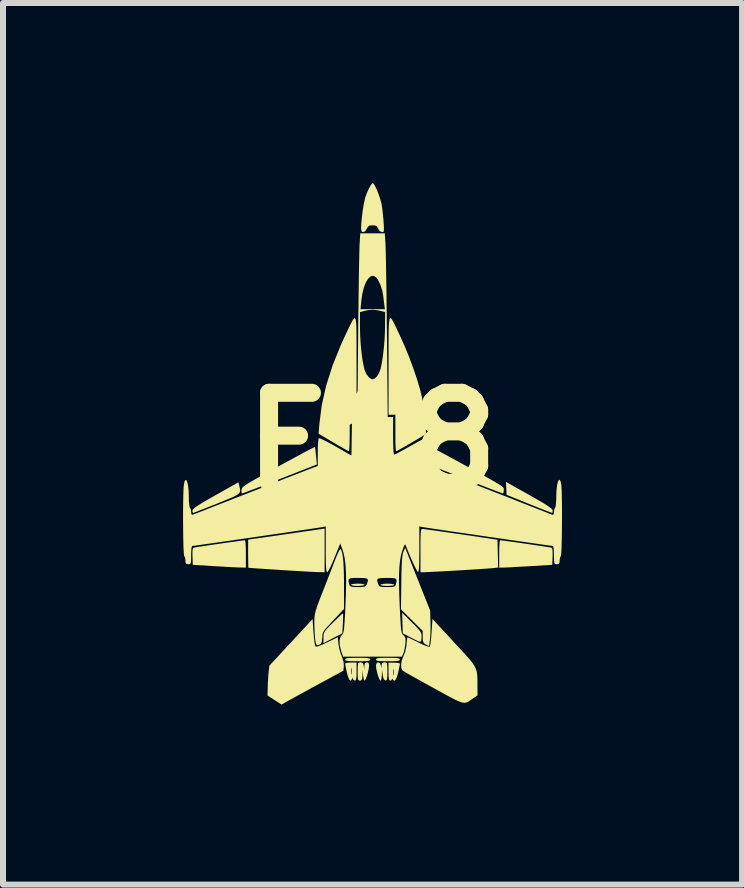
<source format=kicad_pcb>
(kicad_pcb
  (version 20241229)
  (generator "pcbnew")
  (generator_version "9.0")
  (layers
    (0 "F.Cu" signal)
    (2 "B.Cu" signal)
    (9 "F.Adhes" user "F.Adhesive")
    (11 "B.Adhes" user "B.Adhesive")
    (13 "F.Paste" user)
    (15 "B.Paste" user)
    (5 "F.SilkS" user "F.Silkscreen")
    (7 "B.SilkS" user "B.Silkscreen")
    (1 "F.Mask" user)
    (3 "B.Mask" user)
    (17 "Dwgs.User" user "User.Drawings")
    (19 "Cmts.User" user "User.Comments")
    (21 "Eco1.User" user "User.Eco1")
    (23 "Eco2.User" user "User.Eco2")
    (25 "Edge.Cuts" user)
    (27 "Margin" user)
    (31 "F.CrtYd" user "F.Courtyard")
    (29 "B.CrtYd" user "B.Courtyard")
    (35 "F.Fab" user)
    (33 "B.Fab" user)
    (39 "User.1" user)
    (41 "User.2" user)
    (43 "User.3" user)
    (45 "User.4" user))
  (footprint "F18"
    (layer "F.Cu")
    (at 3.147 4.316)
    (property "Reference" "F18" (at 0 0 0) (layer "F.SilkS") (effects (font (size 1.5 1.5) (thickness 0.3))))
    (attr board_only exclude_from_pos_files exclude_from_bom)
    (fp_poly (pts (xy -0.177 2.36) (xy -0.136 2.368) (xy -0.124 2.376) (xy -0.141 2.387) (xy -0.186 2.393) (xy -0.238 2.396) (xy -0.298 2.393) (xy -0.34 2.385) (xy -0.352 2.376) (xy -0.334 2.366) (xy -0.289 2.36) (xy -0.238 2.357)) (stroke (width 0) (type solid)) (fill yes) (layer "F.SilkS"))
    (fp_poly (pts (xy 0.317 2.36) (xy 0.359 2.368) (xy 0.371 2.376) (xy 0.353 2.387) (xy 0.308 2.393) (xy 0.257 2.396) (xy 0.196 2.393) (xy 0.155 2.385) (xy 0.143 2.376) (xy 0.16 2.366) (xy 0.205 2.36) (xy 0.257 2.357)) (stroke (width 0) (type solid)) (fill yes) (layer "F.SilkS"))
    (fp_poly (pts (xy 0.665 3.003) (xy 0.734 3.073) (xy 0.78 3.122) (xy 0.807 3.159) (xy 0.822 3.191) (xy 0.827 3.223) (xy 0.827 3.246) (xy 0.822 3.303) (xy 0.807 3.326) (xy 0.803 3.326) (xy 0.776 3.318) (xy 0.725 3.295) (xy 0.661 3.263) (xy 0.646 3.255) (xy 0.513 3.185) (xy 0.508 3.013) (xy 0.502 2.842)) (stroke (width 0) (type solid)) (fill yes) (layer "F.SilkS"))
    (fp_poly (pts (xy -0.481 2.869) (xy -0.481 2.916) (xy -0.483 2.984) (xy -0.485 3.018) (xy -0.494 3.185) (xy -0.651 3.266) (xy -0.808 3.348) (xy -0.808 3.256) (xy -0.807 3.216) (xy -0.801 3.184) (xy -0.784 3.152) (xy -0.754 3.114) (xy -0.704 3.061) (xy -0.651 3.008) (xy -0.588 2.947) (xy -0.536 2.897) (xy -0.499 2.863) (xy -0.484 2.852)) (stroke (width 0) (type solid)) (fill yes) (layer "F.SilkS"))
    (fp_poly (pts (xy -0.144 3.594) (xy -0.082 3.597) (xy -0.047 3.603) (xy -0.031 3.613) (xy -0.029 3.622) (xy -0.034 3.635) (xy -0.056 3.643) (xy -0.1 3.648) (xy -0.172 3.65) (xy -0.238 3.65) (xy -0.331 3.649) (xy -0.393 3.646) (xy -0.429 3.641) (xy -0.444 3.631) (xy -0.447 3.622) (xy -0.441 3.609) (xy -0.419 3.601) (xy -0.375 3.596) (xy -0.303 3.594) (xy -0.238 3.593)) (stroke (width 0) (type solid)) (fill yes) (layer "F.SilkS"))
    (fp_poly (pts (xy 0.357 3.594) (xy 0.417 3.597) (xy 0.45 3.604) (xy 0.464 3.614) (xy 0.466 3.622) (xy 0.46 3.635) (xy 0.437 3.643) (xy 0.392 3.648) (xy 0.319 3.65) (xy 0.266 3.65) (xy 0.175 3.649) (xy 0.116 3.646) (xy 0.082 3.64) (xy 0.068 3.629) (xy 0.067 3.622) (xy 0.073 3.609) (xy 0.095 3.6) (xy 0.14 3.595) (xy 0.214 3.593) (xy 0.266 3.593)) (stroke (width 0) (type solid)) (fill yes) (layer "F.SilkS"))
    (fp_poly (pts (xy 2.361 0.735) (xy 2.527 0.828) (xy 2.662 0.904) (xy 2.77 0.966) (xy 2.854 1.015) (xy 2.916 1.054) (xy 2.96 1.084) (xy 2.988 1.106) (xy 3.004 1.123) (xy 3.01 1.137) (xy 3.01 1.138) (xy 3.009 1.17) (xy 3 1.178) (xy 2.979 1.171) (xy 2.928 1.152) (xy 2.852 1.123) (xy 2.757 1.086) (xy 2.649 1.042) (xy 2.614 1.028) (xy 2.243 0.878) (xy 2.238 0.77) (xy 2.232 0.662)) (stroke (width 0) (type solid)) (fill yes) (layer "F.SilkS"))
    (fp_poly (pts (xy -2.212 0.719) (xy -2.202 0.765) (xy -2.196 0.801) (xy -2.199 0.83) (xy -2.216 0.855) (xy -2.249 0.881) (xy -2.304 0.909) (xy -2.383 0.943) (xy -2.49 0.987) (xy -2.581 1.024) (xy -2.694 1.069) (xy -2.796 1.109) (xy -2.88 1.142) (xy -2.942 1.166) (xy -2.977 1.178) (xy -2.981 1.179) (xy -2.991 1.163) (xy -2.991 1.138) (xy -2.981 1.119) (xy -2.953 1.094) (xy -2.904 1.059) (xy -2.832 1.014) (xy -2.731 0.955) (xy -2.605 0.883) (xy -2.224 0.669)) (stroke (width 0) (type solid)) (fill yes) (layer "F.SilkS"))
    (fp_poly (pts (xy 0.761 2.283) (xy 0.969 2.804) (xy 0.975 2.994) (xy 0.976 3.091) (xy 0.974 3.186) (xy 0.969 3.266) (xy 0.966 3.292) (xy 0.951 3.4) (xy 0.898 3.372) (xy 0.867 3.352) (xy 0.852 3.324) (xy 0.846 3.278) (xy 0.846 3.245) (xy 0.846 3.146) (xy 0.664 2.965) (xy 0.483 2.785) (xy 0.489 2.338) (xy 0.491 2.186) (xy 0.495 2.067) (xy 0.499 1.977) (xy 0.505 1.911) (xy 0.512 1.864) (xy 0.522 1.831) (xy 0.524 1.826) (xy 0.553 1.761)) (stroke (width 0) (type solid)) (fill yes) (layer "F.SilkS"))
    (fp_poly (pts (xy -2.11 1.653) (xy -2.105 1.701) (xy -2.102 1.773) (xy -2.101 1.861) (xy -2.101 1.863) (xy -2.101 2.091) (xy -2.21 2.088) (xy -2.266 2.086) (xy -2.351 2.082) (xy -2.456 2.076) (xy -2.571 2.069) (xy -2.652 2.065) (xy -2.985 2.044) (xy -2.99 1.906) (xy -2.991 1.826) (xy -2.986 1.779) (xy -2.973 1.759) (xy -2.971 1.759) (xy -2.948 1.754) (xy -2.893 1.745) (xy -2.814 1.733) (xy -2.718 1.719) (xy -2.61 1.703) (xy -2.499 1.687) (xy -2.391 1.671) (xy -2.291 1.658) (xy -2.208 1.646) (xy -2.148 1.638) (xy -2.117 1.635) (xy -2.115 1.635)) (stroke (width 0) (type solid)) (fill yes) (layer "F.SilkS"))
    (fp_poly (pts (xy 2.161 1.638) (xy 2.218 1.645) (xy 2.299 1.656) (xy 2.397 1.669) (xy 2.505 1.685) (xy 2.616 1.701) (xy 2.724 1.717) (xy 2.822 1.731) (xy 2.904 1.744) (xy 2.962 1.753) (xy 2.989 1.758) (xy 2.99 1.758) (xy 3.004 1.777) (xy 3.01 1.822) (xy 3.01 1.899) (xy 3.009 1.906) (xy 3.004 2.044) (xy 2.643 2.066) (xy 2.523 2.073) (xy 2.412 2.079) (xy 2.315 2.085) (xy 2.242 2.088) (xy 2.201 2.09) (xy 2.12 2.091) (xy 2.12 1.863) (xy 2.121 1.775) (xy 2.124 1.703) (xy 2.128 1.654) (xy 2.134 1.635) (xy 2.134 1.635)) (stroke (width 0) (type solid)) (fill yes) (layer "F.SilkS"))
    (fp_poly (pts (xy -0.789 1.804) (xy -0.789 2.167) (xy -0.908 2.165) (xy -0.959 2.163) (xy -1.042 2.159) (xy -1.149 2.153) (xy -1.275 2.145) (xy -1.413 2.137) (xy -1.54 2.129) (xy -1.675 2.12) (xy -1.798 2.112) (xy -1.902 2.105) (xy -1.984 2.099) (xy -2.037 2.095) (xy -2.058 2.093) (xy -2.058 2.093) (xy -2.06 2.075) (xy -2.061 2.025) (xy -2.062 1.953) (xy -2.063 1.864) (xy -2.063 1.858) (xy -2.063 1.624) (xy -1.488 1.542) (xy -1.341 1.521) (xy -1.204 1.501) (xy -1.083 1.483) (xy -0.981 1.469) (xy -0.904 1.457) (xy -0.859 1.451) (xy -0.851 1.449) (xy -0.789 1.44)) (stroke (width 0) (type solid)) (fill yes) (layer "F.SilkS"))
    (fp_poly (pts (xy 0.233 3.671) (xy 0.247 3.681) (xy 0.254 3.707) (xy 0.256 3.757) (xy 0.257 3.823) (xy 0.256 3.899) (xy 0.252 3.944) (xy 0.244 3.966) (xy 0.23 3.971) (xy 0.223 3.97) (xy 0.198 3.951) (xy 0.182 3.902) (xy 0.179 3.878) (xy 0.167 3.793) (xy 0.164 3.883) (xy 0.159 3.936) (xy 0.15 3.968) (xy 0.143 3.974) (xy 0.128 3.957) (xy 0.109 3.914) (xy 0.096 3.875) (xy 0.072 3.777) (xy 0.067 3.711) (xy 0.083 3.676) (xy 0.103 3.669) (xy 0.135 3.684) (xy 0.148 3.722) (xy 0.156 3.774) (xy 0.159 3.722) (xy 0.168 3.683) (xy 0.196 3.67) (xy 0.209 3.669)) (stroke (width 0) (type solid)) (fill yes) (layer "F.SilkS"))
    (fp_poly (pts (xy 0.425 3.677) (xy 0.459 3.685) (xy 0.466 3.692) (xy 0.462 3.718) (xy 0.451 3.77) (xy 0.437 3.837) (xy 0.436 3.841) (xy 0.414 3.918) (xy 0.39 3.964) (xy 0.368 3.977) (xy 0.347 3.954) (xy 0.345 3.95) (xy 0.337 3.936) (xy 0.334 3.95) (xy 0.317 3.971) (xy 0.304 3.974) (xy 0.289 3.966) (xy 0.281 3.94) (xy 0.277 3.888) (xy 0.276 3.831) (xy 0.357 3.831) (xy 0.358 3.876) (xy 0.362 3.892) (xy 0.365 3.883) (xy 0.369 3.831) (xy 0.365 3.788) (xy 0.361 3.775) (xy 0.358 3.796) (xy 0.357 3.831) (xy 0.276 3.831) (xy 0.276 3.824) (xy 0.276 3.674) (xy 0.371 3.674)) (stroke (width 0) (type solid)) (fill yes) (layer "F.SilkS"))
    (fp_poly (pts (xy 0.868 1.449) (xy 0.927 1.457) (xy 1.014 1.469) (xy 1.125 1.485) (xy 1.254 1.503) (xy 1.397 1.524) (xy 1.483 1.536) (xy 2.091 1.626) (xy 2.097 1.857) (xy 2.102 2.089) (xy 2.021 2.099) (xy 1.983 2.102) (xy 1.913 2.107) (xy 1.818 2.114) (xy 1.704 2.121) (xy 1.577 2.129) (xy 1.443 2.137) (xy 1.309 2.145) (xy 1.181 2.152) (xy 1.065 2.158) (xy 0.968 2.163) (xy 0.895 2.166) (xy 0.853 2.168) (xy 0.851 2.168) (xy 0.808 2.167) (xy 0.808 1.806) (xy 0.808 1.68) (xy 0.809 1.587) (xy 0.812 1.523) (xy 0.816 1.481) (xy 0.822 1.458) (xy 0.831 1.448) (xy 0.841 1.446)) (stroke (width 0) (type solid)) (fill yes) (layer "F.SilkS"))
    (fp_poly (pts (xy -0.951 0.08) (xy -0.946 0.1) (xy -0.94 0.149) (xy -0.933 0.216) (xy -0.932 0.229) (xy -0.918 0.372) (xy -1.535 0.614) (xy -1.679 0.67) (xy -1.813 0.722) (xy -1.93 0.768) (xy -2.029 0.805) (xy -2.103 0.834) (xy -2.15 0.851) (xy -2.165 0.856) (xy -2.173 0.839) (xy -2.174 0.799) (xy -2.173 0.797) (xy -2.17 0.781) (xy -2.163 0.765) (xy -2.148 0.747) (xy -2.122 0.726) (xy -2.081 0.698) (xy -2.023 0.663) (xy -1.945 0.618) (xy -1.843 0.56) (xy -1.713 0.489) (xy -1.562 0.406) (xy -1.423 0.33) (xy -1.295 0.261) (xy -1.182 0.2) (xy -1.088 0.149) (xy -1.015 0.111) (xy -0.968 0.087) (xy -0.951 0.08)) (stroke (width 0) (type solid)) (fill yes) (layer "F.SilkS"))
    (fp_poly (pts (xy -0.277 -2.058) (xy -0.268 -2.024) (xy -0.262 -1.962) (xy -0.259 -1.872) (xy -0.258 -1.751) (xy -0.257 -1.596) (xy -0.257 -1.407) (xy -0.257 -1.288) (xy -0.257 -0.456) (xy -0.314 -0.456) (xy -0.371 -0.456) (xy -0.371 -0.152) (xy -0.372 -0.049) (xy -0.374 0.038) (xy -0.377 0.105) (xy -0.382 0.144) (xy -0.385 0.151) (xy -0.406 0.142) (xy -0.453 0.116) (xy -0.52 0.078) (xy -0.602 0.03) (xy -0.644 0.005) (xy -0.889 -0.14) (xy -0.876 -0.303) (xy -0.836 -0.618) (xy -0.763 -0.942) (xy -0.656 -1.277) (xy -0.516 -1.625) (xy -0.431 -1.808) (xy -0.39 -1.894) (xy -0.356 -1.965) (xy -0.328 -2.019) (xy -0.306 -2.054) (xy -0.289 -2.067)) (stroke (width 0) (type solid)) (fill yes) (layer "F.SilkS"))
    (fp_poly (pts (xy -0.257 3.673) (xy -0.257 3.823) (xy -0.258 3.902) (xy -0.263 3.948) (xy -0.274 3.97) (xy -0.284 3.974) (xy -0.311 3.958) (xy -0.32 3.94) (xy -0.327 3.917) (xy -0.33 3.93) (xy -0.331 3.94) (xy -0.345 3.968) (xy -0.36 3.974) (xy -0.38 3.955) (xy -0.402 3.898) (xy -0.417 3.841) (xy -0.423 3.812) (xy -0.346 3.812) (xy -0.345 3.857) (xy -0.342 3.873) (xy -0.338 3.864) (xy -0.335 3.812) (xy -0.338 3.769) (xy -0.342 3.756) (xy -0.345 3.777) (xy -0.346 3.812) (xy -0.423 3.812) (xy -0.432 3.773) (xy -0.442 3.72) (xy -0.447 3.691) (xy -0.447 3.69) (xy -0.43 3.68) (xy -0.386 3.673) (xy -0.352 3.672)) (stroke (width 0) (type solid)) (fill yes) (layer "F.SilkS"))
    (fp_poly (pts (xy -0.984 3.028) (xy -0.976 3.155) (xy -0.966 3.261) (xy -0.957 3.341) (xy -0.947 3.389) (xy -0.943 3.4) (xy -0.926 3.407) (xy -0.89 3.399) (xy -0.829 3.374) (xy -0.749 3.337) (xy -0.57 3.25) (xy -0.559 3.361) (xy -0.545 3.442) (xy -0.521 3.524) (xy -0.506 3.561) (xy -0.472 3.666) (xy -0.469 3.728) (xy -0.475 3.807) (xy -0.865 4.019) (xy -0.985 4.084) (xy -1.101 4.148) (xy -1.207 4.206) (xy -1.297 4.255) (xy -1.362 4.291) (xy -1.381 4.301) (xy -1.507 4.372) (xy -1.623 4.297) (xy -1.74 4.221) (xy -1.737 4.093) (xy -1.734 4.002) (xy -1.728 3.904) (xy -1.723 3.846) (xy -1.711 3.727) (xy -1.35 3.337) (xy -0.989 2.947)) (stroke (width 0) (type solid)) (fill yes) (layer "F.SilkS"))
    (fp_poly (pts (xy -0.057 3.679) (xy -0.048 3.714) (xy -0.048 3.723) (xy -0.053 3.772) (xy -0.066 3.833) (xy -0.083 3.894) (xy -0.102 3.944) (xy -0.119 3.971) (xy -0.123 3.974) (xy -0.135 3.956) (xy -0.144 3.913) (xy -0.148 3.883) (xy -0.155 3.793) (xy -0.158 3.883) (xy -0.163 3.939) (xy -0.174 3.966) (xy -0.195 3.973) (xy -0.2 3.974) (xy -0.219 3.97) (xy -0.23 3.956) (xy -0.236 3.922) (xy -0.238 3.862) (xy -0.238 3.821) (xy -0.237 3.746) (xy -0.234 3.701) (xy -0.226 3.678) (xy -0.21 3.67) (xy -0.191 3.669) (xy -0.158 3.676) (xy -0.142 3.705) (xy -0.137 3.731) (xy -0.13 3.793) (xy -0.127 3.731) (xy -0.119 3.687) (xy -0.098 3.67) (xy -0.086 3.669)) (stroke (width 0) (type solid)) (fill yes) (layer "F.SilkS"))
    (fp_poly (pts (xy 0.991 0.085) (xy 1.039 0.11) (xy 1.111 0.148) (xy 1.202 0.197) (xy 1.309 0.255) (xy 1.404 0.307) (xy 1.587 0.407) (xy 1.74 0.491) (xy 1.865 0.56) (xy 1.965 0.615) (xy 2.042 0.659) (xy 2.1 0.693) (xy 2.142 0.719) (xy 2.169 0.739) (xy 2.186 0.754) (xy 2.194 0.766) (xy 2.197 0.777) (xy 2.196 0.789) (xy 2.196 0.8) (xy 2.192 0.839) (xy 2.182 0.855) (xy 2.161 0.848) (xy 2.109 0.829) (xy 2.032 0.8) (xy 1.933 0.762) (xy 1.818 0.717) (xy 1.691 0.667) (xy 1.683 0.663) (xy 1.548 0.611) (xy 1.42 0.56) (xy 1.302 0.514) (xy 1.203 0.475) (xy 1.127 0.446) (xy 1.084 0.429) (xy 0.97 0.386) (xy 0.964 0.231) (xy 0.963 0.16) (xy 0.965 0.106) (xy 0.969 0.078) (xy 0.971 0.076)) (stroke (width 0) (type solid)) (fill yes) (layer "F.SilkS"))
    (fp_poly (pts (xy 0.032 -4.299) (xy 0.058 -4.255) (xy 0.087 -4.191) (xy 0.115 -4.118) (xy 0.14 -4.043) (xy 0.158 -3.975) (xy 0.16 -3.966) (xy 0.171 -3.894) (xy 0.182 -3.802) (xy 0.191 -3.704) (xy 0.193 -3.677) (xy 0.198 -3.594) (xy 0.199 -3.541) (xy 0.196 -3.513) (xy 0.186 -3.501) (xy 0.168 -3.498) (xy 0.167 -3.498) (xy 0.128 -3.516) (xy 0.105 -3.555) (xy 0.083 -3.594) (xy 0.051 -3.61) (xy 0.01 -3.612) (xy -0.041 -3.608) (xy -0.069 -3.587) (xy -0.086 -3.555) (xy -0.114 -3.512) (xy -0.145 -3.498) (xy -0.169 -3.506) (xy -0.179 -3.536) (xy -0.181 -3.569) (xy -0.177 -3.653) (xy -0.167 -3.756) (xy -0.153 -3.865) (xy -0.136 -3.968) (xy -0.118 -4.051) (xy -0.111 -4.078) (xy -0.084 -4.152) (xy -0.053 -4.221) (xy -0.022 -4.277) (xy 0.003 -4.31) (xy 0.014 -4.316)) (stroke (width 0) (type solid)) (fill yes) (layer "F.SilkS"))
    (fp_poly (pts (xy -0.523 1.781) (xy -0.503 1.819) (xy -0.488 1.888) (xy -0.477 1.988) (xy -0.47 2.121) (xy -0.466 2.289) (xy -0.466 2.377) (xy -0.466 2.779) (xy -0.646 2.971) (xy -0.718 3.048) (xy -0.768 3.103) (xy -0.8 3.144) (xy -0.817 3.177) (xy -0.825 3.208) (xy -0.827 3.242) (xy -0.827 3.25) (xy -0.835 3.327) (xy -0.861 3.37) (xy -0.904 3.384) (xy -0.923 3.376) (xy -0.936 3.345) (xy -0.946 3.285) (xy -0.948 3.267) (xy -0.954 3.187) (xy -0.958 3.09) (xy -0.96 2.999) (xy -0.959 2.948) (xy -0.956 2.902) (xy -0.949 2.857) (xy -0.936 2.805) (xy -0.915 2.74) (xy -0.885 2.657) (xy -0.843 2.549) (xy -0.806 2.455) (xy -0.757 2.33) (xy -0.709 2.206) (xy -0.664 2.092) (xy -0.627 1.996) (xy -0.6 1.926) (xy -0.595 1.914) (xy -0.567 1.848) (xy -0.543 1.802) (xy -0.527 1.78)) (stroke (width 0) (type solid)) (fill yes) (layer "F.SilkS"))
    (fp_poly (pts (xy 0.317 -2.063) (xy 0.337 -2.038) (xy 0.362 -1.992) (xy 0.394 -1.928) (xy 0.432 -1.846) (xy 0.457 -1.794) (xy 0.537 -1.618) (xy 0.616 -1.426) (xy 0.689 -1.23) (xy 0.753 -1.04) (xy 0.804 -0.868) (xy 0.818 -0.812) (xy 0.837 -0.722) (xy 0.855 -0.62) (xy 0.871 -0.512) (xy 0.884 -0.406) (xy 0.894 -0.308) (xy 0.899 -0.225) (xy 0.899 -0.165) (xy 0.893 -0.135) (xy 0.892 -0.134) (xy 0.87 -0.119) (xy 0.823 -0.089) (xy 0.758 -0.05) (xy 0.683 -0.006) (xy 0.604 0.04) (xy 0.53 0.083) (xy 0.466 0.118) (xy 0.421 0.143) (xy 0.401 0.152) (xy 0.397 0.134) (xy 0.394 0.085) (xy 0.391 0.01) (xy 0.39 -0.084) (xy 0.39 -0.152) (xy 0.39 -0.456) (xy 0.333 -0.456) (xy 0.276 -0.456) (xy 0.277 -1.288) (xy 0.277 -1.498) (xy 0.277 -1.671) (xy 0.278 -1.811) (xy 0.28 -1.918) (xy 0.285 -1.995) (xy 0.292 -2.043) (xy 0.302 -2.065)) (stroke (width 0) (type solid)) (fill yes) (layer "F.SilkS"))
    (fp_poly (pts (xy 1.369 3.336) (xy 1.478 3.454) (xy 1.564 3.548) (xy 1.631 3.624) (xy 1.68 3.686) (xy 1.714 3.74) (xy 1.736 3.79) (xy 1.749 3.842) (xy 1.755 3.9) (xy 1.757 3.969) (xy 1.757 4.053) (xy 1.759 4.219) (xy 1.678 4.274) (xy 1.637 4.302) (xy 1.604 4.324) (xy 1.573 4.338) (xy 1.541 4.343) (xy 1.502 4.338) (xy 1.453 4.322) (xy 1.39 4.293) (xy 1.307 4.25) (xy 1.2 4.192) (xy 1.065 4.118) (xy 1.027 4.097) (xy 0.901 4.028) (xy 0.785 3.963) (xy 0.684 3.907) (xy 0.601 3.86) (xy 0.543 3.826) (xy 0.512 3.806) (xy 0.509 3.804) (xy 0.489 3.764) (xy 0.486 3.702) (xy 0.498 3.633) (xy 0.523 3.569) (xy 0.525 3.565) (xy 0.554 3.492) (xy 0.573 3.397) (xy 0.575 3.374) (xy 0.581 3.311) (xy 0.587 3.267) (xy 0.592 3.251) (xy 0.611 3.259) (xy 0.657 3.281) (xy 0.721 3.312) (xy 0.773 3.338) (xy 0.85 3.375) (xy 0.912 3.399) (xy 0.952 3.41) (xy 0.963 3.408) (xy 0.97 3.384) (xy 0.979 3.329) (xy 0.987 3.253) (xy 0.993 3.169) (xy 1.008 2.946)) (stroke (width 0) (type solid)) (fill yes) (layer "F.SilkS"))
    (fp_poly (pts (xy 0.226 -3.284) (xy 0.228 -3.232) (xy 0.23 -3.146) (xy 0.233 -3.029) (xy 0.235 -2.885) (xy 0.238 -2.717) (xy 0.241 -2.53) (xy 0.243 -2.327) (xy 0.246 -2.111) (xy 0.248 -1.887) (xy 0.25 -1.754) (xy 0.262 -0.418) (xy 0.307 -0.418) (xy 0.352 -0.418) (xy 0.352 -0.105) (xy 0.353 0.006) (xy 0.356 0.098) (xy 0.36 0.165) (xy 0.366 0.203) (xy 0.369 0.209) (xy 0.391 0.2) (xy 0.44 0.176) (xy 0.509 0.138) (xy 0.593 0.092) (xy 0.638 0.067) (xy 0.726 0.017) (xy 0.803 -0.025) (xy 0.863 -0.056) (xy 0.899 -0.074) (xy 0.906 -0.076) (xy 0.912 -0.058) (xy 0.917 -0.01) (xy 0.921 0.062) (xy 0.922 0.151) (xy 0.922 0.159) (xy 0.922 0.393) (xy 1.953 0.798) (xy 2.142 0.871) (xy 2.32 0.941) (xy 2.484 1.006) (xy 2.632 1.064) (xy 2.76 1.114) (xy 2.865 1.155) (xy 2.943 1.186) (xy 2.993 1.205) (xy 3.009 1.211) (xy 3.027 1.203) (xy 3.032 1.163) (xy 3.038 1.118) (xy 3.051 1.093) (xy 3.06 1.07) (xy 3.066 1.018) (xy 3.07 0.946) (xy 3.07 0.903) (xy 3.074 0.809) (xy 3.082 0.73) (xy 3.095 0.671) (xy 3.11 0.635) (xy 3.126 0.626) (xy 3.141 0.648) (xy 3.153 0.699) (xy 3.157 0.743) (xy 3.161 0.815) (xy 3.163 0.91) (xy 3.165 1.023) (xy 3.166 1.147) (xy 3.166 1.277) (xy 3.165 1.408) (xy 3.164 1.534) (xy 3.161 1.65) (xy 3.159 1.75) (xy 3.155 1.829) (xy 3.151 1.881) (xy 3.147 1.901) (xy 3.146 1.901) (xy 3.134 1.918) (xy 3.128 1.959) (xy 3.127 1.968) (xy 3.124 2.013) (xy 3.108 2.031) (xy 3.08 2.034) (xy 3.056 2.033) (xy 3.042 2.023) (xy 3.035 1.996) (xy 3.033 1.946) (xy 3.032 1.882) (xy 3.03 1.812) (xy 3.025 1.758) (xy 3.017 1.732) (xy 3.015 1.73) (xy 2.992 1.727) (xy 2.936 1.72) (xy 2.851 1.708) (xy 2.741 1.692) (xy 2.609 1.673) (xy 2.46 1.652) (xy 2.299 1.629) (xy 2.128 1.604) (xy 1.953 1.579) (xy 1.777 1.553) (xy 1.605 1.528) (xy 1.44 1.504) (xy 1.287 1.482) (xy 1.15 1.461) (xy 1.033 1.444) (xy 0.94 1.43) (xy 0.875 1.42) (xy 0.843 1.415) (xy 0.841 1.415) (xy 0.789 1.404) (xy 0.789 1.787) (xy 0.788 1.922) (xy 0.787 2.024) (xy 0.784 2.094) (xy 0.779 2.138) (xy 0.772 2.16) (xy 0.765 2.163) (xy 0.751 2.144) (xy 0.725 2.096) (xy 0.692 2.027) (xy 0.654 1.943) (xy 0.615 1.852) (xy 0.577 1.759) (xy 0.555 1.702) (xy 0.546 1.709) (xy 0.529 1.744) (xy 0.508 1.801) (xy 0.506 1.806) (xy 0.484 1.883) (xy 0.468 1.972) (xy 0.457 2.078) (xy 0.451 2.206) (xy 0.451 2.358) (xy 0.455 2.541) (xy 0.463 2.747) (xy 0.47 2.888) (xy 0.476 2.995) (xy 0.481 3.074) (xy 0.487 3.13) (xy 0.494 3.168) (xy 0.503 3.192) (xy 0.514 3.208) (xy 0.525 3.218) (xy 0.548 3.242) (xy 0.559 3.273) (xy 0.559 3.323) (xy 0.556 3.361) (xy 0.546 3.431) (xy 0.532 3.495) (xy 0.522 3.522) (xy 0.498 3.574) (xy 0.008 3.574) (xy -0.481 3.574) (xy -0.512 3.485) (xy -0.537 3.385) (xy -0.54 3.3) (xy -0.522 3.238) (xy -0.503 3.216) (xy -0.49 3.203) (xy -0.48 3.184) (xy -0.472 3.154) (xy -0.465 3.108) (xy -0.459 3.04) (xy -0.453 2.947) (xy -0.446 2.822) (xy -0.444 2.776) (xy -0.435 2.547) (xy -0.431 2.352) (xy -0.431 2.314) (xy -0.391 2.314) (xy -0.381 2.361) (xy -0.378 2.372) (xy -0.368 2.394) (xy -0.349 2.407) (xy -0.311 2.413) (xy -0.246 2.415) (xy -0.235 2.415) (xy -0.165 2.414) (xy -0.124 2.408) (xy -0.101 2.396) (xy -0.088 2.373) (xy -0.085 2.366) (xy -0.069 2.318) (xy -0.069 2.313) (xy 0.087 2.313) (xy 0.101 2.358) (xy 0.104 2.366) (xy 0.117 2.392) (xy 0.136 2.406) (xy 0.172 2.413) (xy 0.233 2.414) (xy 0.254 2.415) (xy 0.324 2.413) (xy 0.365 2.408) (xy 0.386 2.397) (xy 0.396 2.375) (xy 0.397 2.372) (xy 0.409 2.321) (xy 0.407 2.289) (xy 0.387 2.271) (xy 0.341 2.264) (xy 0.265 2.262) (xy 0.247 2.262) (xy 0.164 2.264) (xy 0.113 2.27) (xy 0.089 2.285) (xy 0.087 2.313) (xy -0.069 2.313) (xy -0.069 2.288) (xy -0.089 2.271) (xy -0.135 2.264) (xy -0.214 2.262) (xy -0.228 2.262) (xy -0.311 2.263) (xy -0.362 2.27) (xy -0.386 2.285) (xy -0.391 2.314) (xy -0.431 2.314) (xy -0.432 2.188) (xy -0.44 2.052) (xy -0.453 1.94) (xy -0.473 1.849) (xy -0.485 1.808) (xy -0.528 1.687) (xy -0.625 1.927) (xy -0.662 2.015) (xy -0.696 2.088) (xy -0.724 2.141) (xy -0.743 2.166) (xy -0.746 2.167) (xy -0.755 2.159) (xy -0.761 2.13) (xy -0.765 2.078) (xy -0.768 1.999) (xy -0.77 1.888) (xy -0.77 1.786) (xy -0.77 1.404) (xy -0.822 1.415) (xy -0.85 1.419) (xy -0.912 1.429) (xy -1.001 1.442) (xy -1.116 1.459) (xy -1.25 1.479) (xy -1.402 1.501) (xy -1.565 1.525) (xy -1.737 1.55) (xy -1.912 1.576) (xy -2.088 1.601) (xy -2.259 1.626) (xy -2.422 1.649) (xy -2.572 1.671) (xy -2.706 1.69) (xy -2.82 1.706) (xy -2.908 1.719) (xy -2.968 1.727) (xy -2.995 1.73) (xy -2.996 1.73) (xy -3.004 1.748) (xy -3.01 1.794) (xy -3.013 1.861) (xy -3.013 1.882) (xy -3.014 1.958) (xy -3.017 2.003) (xy -3.025 2.025) (xy -3.041 2.033) (xy -3.061 2.034) (xy -3.093 2.029) (xy -3.106 2.007) (xy -3.108 1.968) (xy -3.113 1.924) (xy -3.125 1.902) (xy -3.127 1.901) (xy -3.132 1.883) (xy -3.136 1.833) (xy -3.14 1.755) (xy -3.143 1.656) (xy -3.145 1.541) (xy -3.146 1.415) (xy -3.147 1.285) (xy -3.147 1.155) (xy -3.146 1.032) (xy -3.144 0.92) (xy -3.141 0.825) (xy -3.138 0.753) (xy -3.134 0.716) (xy -3.122 0.655) (xy -3.107 0.629) (xy -3.092 0.634) (xy -3.077 0.667) (xy -3.064 0.723) (xy -3.055 0.801) (xy -3.051 0.895) (xy -3.051 0.903) (xy -3.05 0.982) (xy -3.044 1.046) (xy -3.037 1.085) (xy -3.032 1.093) (xy -3.019 1.119) (xy -3.013 1.163) (xy -3.007 1.205) (xy -2.99 1.211) (xy -2.967 1.202) (xy -2.913 1.181) (xy -2.832 1.15) (xy -2.728 1.109) (xy -2.606 1.061) (xy -2.47 1.008) (xy -2.348 0.96) (xy -2.186 0.897) (xy -2.019 0.832) (xy -1.856 0.768) (xy -1.703 0.708) (xy -1.568 0.655) (xy -1.457 0.611) (xy -1.416 0.595) (xy -1.306 0.552) (xy -1.201 0.511) (xy -1.108 0.475) (xy -1.037 0.447) (xy -1.003 0.434) (xy -0.903 0.397) (xy -0.903 0.171) (xy -0.902 0.081) (xy -0.898 0.006) (xy -0.892 -0.045) (xy -0.885 -0.066) (xy -0.863 -0.061) (xy -0.814 -0.039) (xy -0.745 -0.004) (xy -0.661 0.041) (xy -0.604 0.073) (xy -0.342 0.224) (xy -0.337 -0.097) (xy -0.332 -0.418) (xy -0.287 -0.418) (xy -0.243 -0.418) (xy -0.23 -1.744) (xy -0.228 -1.972) (xy -0.226 -2.166) (xy -0.2 -2.166) (xy -0.2 -1.905) (xy -0.196 -1.759) (xy -0.186 -1.609) (xy -0.171 -1.464) (xy -0.152 -1.335) (xy -0.13 -1.23) (xy -0.121 -1.198) (xy -0.09 -1.13) (xy -0.049 -1.077) (xy -0.005 -1.048) (xy 0.011 -1.046) (xy 0.046 -1.06) (xy 0.082 -1.094) (xy 0.084 -1.096) (xy 0.116 -1.148) (xy 0.141 -1.212) (xy 0.144 -1.221) (xy 0.164 -1.316) (xy 0.183 -1.439) (xy 0.199 -1.578) (xy 0.211 -1.723) (xy 0.217 -1.864) (xy 0.218 -1.934) (xy 0.219 -2.166) (xy 0.147 -2.185) (xy 0.08 -2.199) (xy 0.013 -2.205) (xy 0.01 -2.205) (xy -0.056 -2.2) (xy -0.125 -2.186) (xy -0.128 -2.185) (xy -0.2 -2.166) (xy -0.226 -2.166) (xy -0.226 -2.193) (xy -0.225 -2.215) (xy -0.191 -2.215) (xy 0.012 -2.215) (xy 0.216 -2.215) (xy 0.209 -2.262) (xy 0.203 -2.308) (xy 0.195 -2.373) (xy 0.19 -2.423) (xy 0.173 -2.522) (xy 0.141 -2.62) (xy 0.101 -2.703) (xy 0.072 -2.742) (xy 0.028 -2.771) (xy -0.017 -2.765) (xy -0.06 -2.728) (xy -0.101 -2.664) (xy -0.135 -2.575) (xy -0.162 -2.465) (xy -0.177 -2.357) (xy -0.191 -2.215) (xy -0.225 -2.215) (xy -0.223 -2.404) (xy -0.22 -2.601) (xy -0.218 -2.781) (xy -0.215 -2.939) (xy -0.212 -3.073) (xy -0.21 -3.178) (xy -0.208 -3.25) (xy -0.207 -3.275) (xy -0.195 -3.479) (xy 0.009 -3.479) (xy 0.214 -3.479)) (stroke (width 0) (type solid)) (fill yes) (layer "F.SilkS")))
  (gr_rect
    (start -3 -3)
    (end 9.313 11.688)
    (stroke (width 0.1) (type default))
    (fill no)
    (layer "Edge.Cuts")))
</source>
